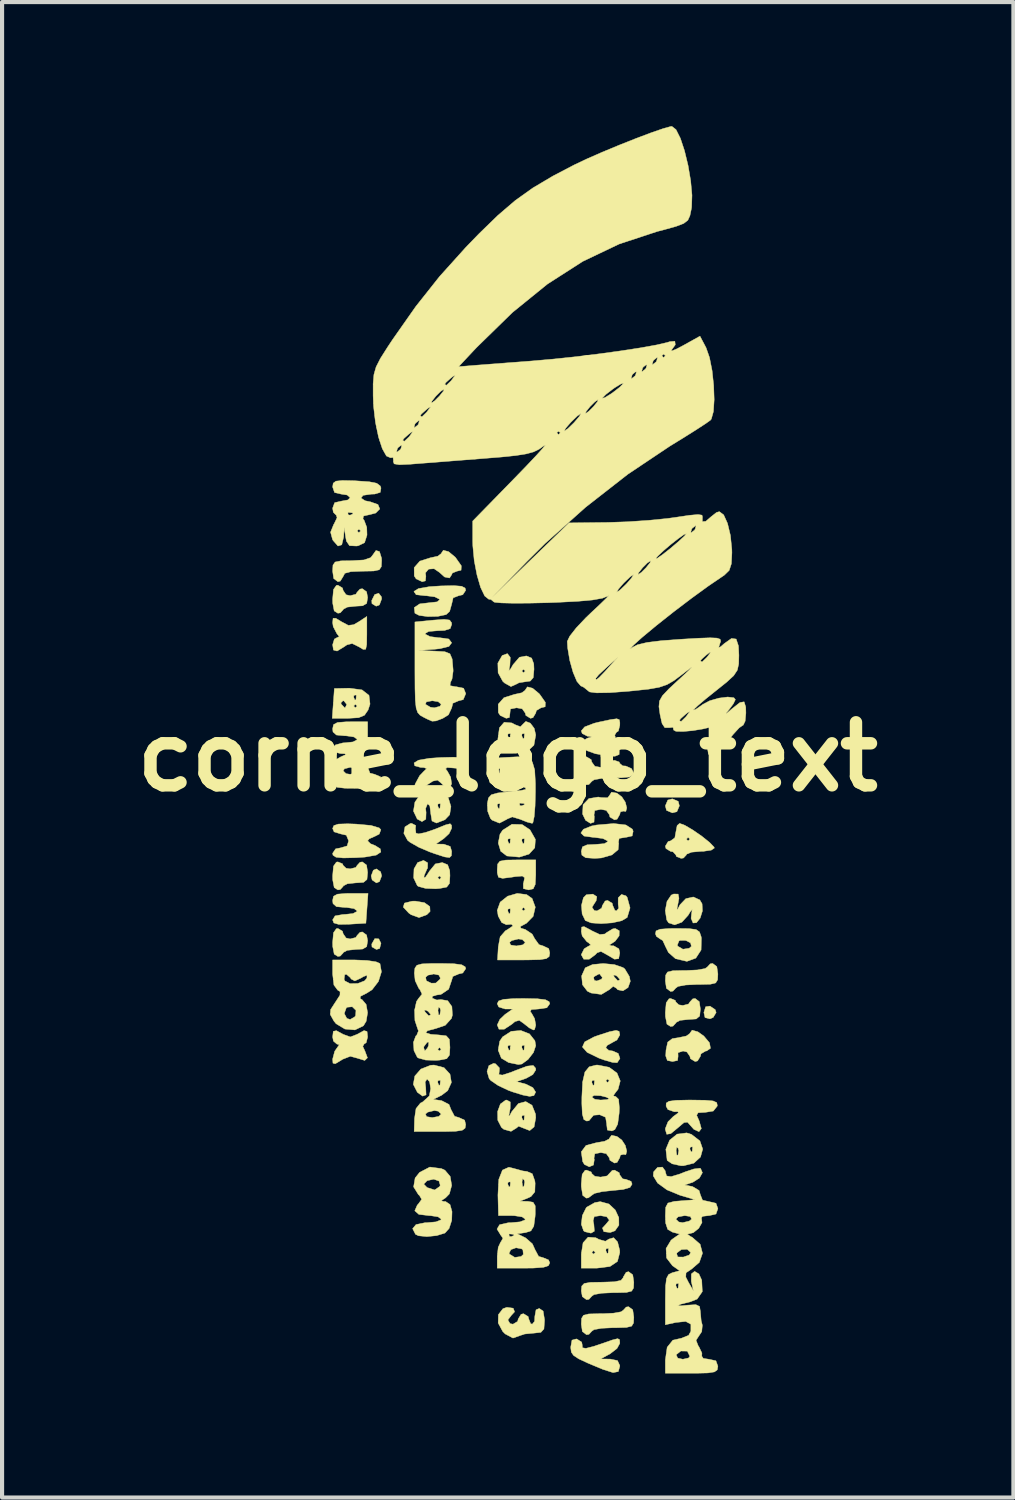
<source format=kicad_pcb>
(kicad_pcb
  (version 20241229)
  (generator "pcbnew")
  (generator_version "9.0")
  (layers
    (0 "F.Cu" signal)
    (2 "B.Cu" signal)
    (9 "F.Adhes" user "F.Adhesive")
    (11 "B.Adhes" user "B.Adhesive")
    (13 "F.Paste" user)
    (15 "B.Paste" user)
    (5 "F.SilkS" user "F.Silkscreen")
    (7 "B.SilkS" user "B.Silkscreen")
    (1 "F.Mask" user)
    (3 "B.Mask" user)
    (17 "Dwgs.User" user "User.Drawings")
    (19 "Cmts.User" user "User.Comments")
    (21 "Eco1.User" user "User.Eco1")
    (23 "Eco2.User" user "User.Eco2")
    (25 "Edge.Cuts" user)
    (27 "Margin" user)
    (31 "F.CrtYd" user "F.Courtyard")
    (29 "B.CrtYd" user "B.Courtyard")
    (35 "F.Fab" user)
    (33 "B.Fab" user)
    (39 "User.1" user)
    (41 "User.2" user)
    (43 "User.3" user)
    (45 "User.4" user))
  (footprint "corne_logo_text"
    (layer "F.Cu")
    (at 9.224 15.245)
    (property "Reference" "corne_logo_text" (at 0 0 0) (layer "F.SilkS") (effects (font (size 1.524 1.524) (thickness 0.3))))
    (attr through_hole)
    (fp_poly (pts (xy -3.117 4.401) (xy -3.064 4.508) (xy -3.097 4.634) (xy -3.175 4.657) (xy -3.282 4.596) (xy -3.287 4.525) (xy -3.214 4.395) (xy -3.117 4.401)) (stroke (width 0.01) (type solid)) (fill yes) (layer "F.SilkS"))
    (fp_poly (pts (xy -3.072 2.78) (xy -3.048 2.879) (xy -3.101 3.017) (xy -3.175 3.048) (xy -3.278 2.977) (xy -3.302 2.879) (xy -3.249 2.741) (xy -3.175 2.709) (xy -3.072 2.78)) (stroke (width 0.01) (type solid)) (fill yes) (layer "F.SilkS"))
    (fp_poly (pts (xy -3.053 -3.868) (xy -3.048 -3.817) (xy -3.102 -3.672) (xy -3.181 -3.641) (xy -3.283 -3.704) (xy -3.287 -3.782) (xy -3.216 -3.923) (xy -3.119 -3.954) (xy -3.053 -3.868)) (stroke (width 0.01) (type solid)) (fill yes) (layer "F.SilkS"))
    (fp_poly (pts (xy 4.121 1.076) (xy 4.149 1.185) (xy 4.089 1.327) (xy 3.979 1.355) (xy 3.838 1.295) (xy 3.81 1.185) (xy 3.87 1.044) (xy 3.979 1.016) (xy 4.121 1.076)) (stroke (width 0.01) (type solid)) (fill yes) (layer "F.SilkS"))
    (fp_poly (pts (xy 5.015 6.111) (xy 5.038 6.181) (xy 4.967 6.3) (xy 4.889 6.334) (xy 4.769 6.304) (xy 4.741 6.181) (xy 4.784 6.042) (xy 4.889 6.027) (xy 5.015 6.111)) (stroke (width 0.01) (type solid)) (fill yes) (layer "F.SilkS"))
    (fp_poly (pts (xy -2.013 3.526) (xy -1.884 3.62) (xy -1.877 3.738) (xy -1.956 3.817) (xy -2.145 3.886) (xy -2.334 3.818) (xy -2.392 3.777) (xy -2.525 3.634) (xy -2.497 3.536) (xy -2.312 3.49) (xy -2.238 3.488) (xy -2.013 3.526)) (stroke (width 0.01) (type solid)) (fill yes) (layer "F.SilkS"))
    (fp_poly (pts (xy 0.677 2.854) (xy 0.665 3.085) (xy 0.616 3.191) (xy 0.507 3.217) (xy 0.502 3.217) (xy 0.378 3.186) (xy 0.376 3.064) (xy 0.385 3.036) (xy 0.408 2.923) (xy 0.355 2.882) (xy 0.187 2.895) (xy 0.094 2.91) (xy -0.125 2.938) (xy -0.225 2.911) (xy -0.253 2.806) (xy -0.254 2.728) (xy -0.245 2.593) (xy -0.189 2.523) (xy -0.046 2.496) (xy 0.212 2.492) (xy 0.677 2.492) (xy 0.677 2.854)) (stroke (width 0.01) (type solid)) (fill yes) (layer "F.SilkS"))
    (fp_poly (pts (xy 2.692 6.636) (xy 2.709 6.716) (xy 2.709 6.725) (xy 2.639 6.846) (xy 2.54 6.9) (xy 2.403 6.976) (xy 2.371 7.033) (xy 2.442 7.097) (xy 2.54 7.112) (xy 2.671 7.17) (xy 2.713 7.292) (xy 2.646 7.394) (xy 2.536 7.388) (xy 2.329 7.329) (xy 2.201 7.282) (xy 1.919 7.144) (xy 1.805 7.015) (xy 1.86 6.892) (xy 2.083 6.772) (xy 2.17 6.74) (xy 2.456 6.647) (xy 2.619 6.613) (xy 2.692 6.636)) (stroke (width 0.01) (type solid)) (fill yes) (layer "F.SilkS"))
    (fp_poly (pts (xy -3.403 3.662) (xy -3.429 4.022) (xy -3.831 4.047) (xy -4.083 4.052) (xy -4.204 4.016) (xy -4.233 3.942) (xy -4.175 3.846) (xy -3.983 3.811) (xy -3.937 3.81) (xy -3.741 3.789) (xy -3.643 3.736) (xy -3.641 3.725) (xy -3.715 3.669) (xy -3.898 3.641) (xy -3.937 3.641) (xy -4.141 3.622) (xy -4.224 3.548) (xy -4.233 3.471) (xy -4.211 3.37) (xy -4.118 3.32) (xy -3.911 3.303) (xy -3.805 3.302) (xy -3.377 3.302) (xy -3.403 3.662)) (stroke (width 0.01) (type solid)) (fill yes) (layer "F.SilkS"))
    (fp_poly (pts (xy -3.1 -4.961) (xy -3.051 -4.804) (xy -3.048 -4.741) (xy -3.056 -4.596) (xy -3.107 -4.521) (xy -3.243 -4.492) (xy -3.507 -4.487) (xy -3.514 -4.487) (xy -3.794 -4.476) (xy -3.939 -4.436) (xy -3.979 -4.36) (xy -4.047 -4.248) (xy -4.106 -4.233) (xy -4.207 -4.309) (xy -4.233 -4.487) (xy -4.225 -4.634) (xy -4.173 -4.709) (xy -4.034 -4.737) (xy -3.777 -4.741) (xy -3.475 -4.759) (xy -3.313 -4.815) (xy -3.271 -4.868) (xy -3.185 -4.988) (xy -3.1 -4.961)) (stroke (width 0.01) (type solid)) (fill yes) (layer "F.SilkS"))
    (fp_poly (pts (xy -3.994 -4.081) (xy -3.979 -4.022) (xy -3.909 -3.918) (xy -3.81 -3.895) (xy -3.672 -3.93) (xy -3.641 -3.979) (xy -3.572 -4.054) (xy -3.514 -4.064) (xy -3.412 -3.99) (xy -3.387 -3.852) (xy -3.409 -3.709) (xy -3.508 -3.651) (xy -3.683 -3.641) (xy -3.879 -3.619) (xy -3.977 -3.567) (xy -3.979 -3.556) (xy -4.048 -3.481) (xy -4.106 -3.471) (xy -4.195 -3.527) (xy -4.231 -3.713) (xy -4.233 -3.81) (xy -4.212 -4.045) (xy -4.143 -4.143) (xy -4.106 -4.149) (xy -3.994 -4.081)) (stroke (width 0.01) (type solid)) (fill yes) (layer "F.SilkS"))
    (fp_poly (pts (xy -3.994 4.216) (xy -3.979 4.276) (xy -3.909 4.379) (xy -3.81 4.403) (xy -3.672 4.367) (xy -3.641 4.318) (xy -3.572 4.243) (xy -3.514 4.233) (xy -3.412 4.307) (xy -3.387 4.445) (xy -3.409 4.588) (xy -3.508 4.647) (xy -3.683 4.657) (xy -3.879 4.678) (xy -3.977 4.73) (xy -3.979 4.741) (xy -4.048 4.816) (xy -4.106 4.826) (xy -4.195 4.77) (xy -4.231 4.585) (xy -4.233 4.487) (xy -4.212 4.252) (xy -4.143 4.155) (xy -4.106 4.149) (xy -3.994 4.216)) (stroke (width 0.01) (type solid)) (fill yes) (layer "F.SilkS"))
    (fp_poly (pts (xy -3.413 2.616) (xy -3.387 2.794) (xy -3.403 2.965) (xy -3.487 3.035) (xy -3.683 3.048) (xy -3.879 3.069) (xy -3.977 3.122) (xy -3.979 3.133) (xy -4.048 3.208) (xy -4.106 3.217) (xy -4.195 3.161) (xy -4.231 2.976) (xy -4.233 2.879) (xy -4.212 2.643) (xy -4.143 2.546) (xy -4.106 2.54) (xy -3.994 2.586) (xy -3.979 2.625) (xy -3.908 2.693) (xy -3.81 2.709) (xy -3.672 2.674) (xy -3.641 2.625) (xy -3.572 2.55) (xy -3.514 2.54) (xy -3.413 2.616)) (stroke (width 0.01) (type solid)) (fill yes) (layer "F.SilkS"))
    (fp_poly (pts (xy -3.406 -2.963) (xy -3.41 -2.713) (xy -3.433 -2.601) (xy -3.495 -2.597) (xy -3.598 -2.659) (xy -3.76 -2.739) (xy -3.888 -2.707) (xy -3.948 -2.665) (xy -4.125 -2.557) (xy -4.213 -2.581) (xy -4.233 -2.709) (xy -4.191 -2.847) (xy -4.132 -2.879) (xy -4.073 -2.904) (xy -4.132 -2.98) (xy -4.219 -3.148) (xy -4.233 -3.244) (xy -4.222 -3.35) (xy -4.156 -3.349) (xy -4.022 -3.267) (xy -3.854 -3.178) (xy -3.723 -3.194) (xy -3.608 -3.261) (xy -3.406 -3.393) (xy -3.406 -2.963)) (stroke (width 0.01) (type solid)) (fill yes) (layer "F.SilkS"))
    (fp_poly (pts (xy 3.022 13.368) (xy 3.048 13.547) (xy 3.041 13.687) (xy 2.995 13.763) (xy 2.868 13.794) (xy 2.622 13.801) (xy 2.54 13.801) (xy 2.269 13.814) (xy 2.086 13.847) (xy 2.032 13.885) (xy 1.963 13.96) (xy 1.905 13.97) (xy 1.804 13.894) (xy 1.778 13.716) (xy 1.785 13.575) (xy 1.831 13.5) (xy 1.958 13.468) (xy 2.204 13.462) (xy 2.286 13.462) (xy 2.557 13.449) (xy 2.74 13.416) (xy 2.794 13.377) (xy 2.863 13.302) (xy 2.921 13.293) (xy 3.022 13.368)) (stroke (width 0.01) (type solid)) (fill yes) (layer "F.SilkS"))
    (fp_poly (pts (xy 4.63 5.918) (xy 4.657 6.096) (xy 4.64 6.267) (xy 4.556 6.337) (xy 4.36 6.35) (xy 4.164 6.371) (xy 4.067 6.424) (xy 4.064 6.435) (xy 3.995 6.51) (xy 3.937 6.519) (xy 3.849 6.463) (xy 3.812 6.278) (xy 3.81 6.181) (xy 3.831 5.945) (xy 3.9 5.848) (xy 3.937 5.842) (xy 4.05 5.888) (xy 4.064 5.927) (xy 4.135 5.995) (xy 4.233 6.011) (xy 4.371 5.976) (xy 4.403 5.927) (xy 4.471 5.852) (xy 4.53 5.842) (xy 4.63 5.918)) (stroke (width 0.01) (type solid)) (fill yes) (layer "F.SilkS"))
    (fp_poly (pts (xy 5.054 5.071) (xy 5.08 5.249) (xy 5.073 5.39) (xy 5.027 5.466) (xy 4.9 5.497) (xy 4.654 5.503) (xy 4.572 5.503) (xy 4.301 5.516) (xy 4.118 5.55) (xy 4.064 5.588) (xy 3.995 5.663) (xy 3.937 5.673) (xy 3.836 5.597) (xy 3.81 5.419) (xy 3.817 5.278) (xy 3.863 5.202) (xy 3.99 5.171) (xy 4.236 5.165) (xy 4.318 5.165) (xy 4.589 5.152) (xy 4.772 5.118) (xy 4.826 5.08) (xy 4.895 5.005) (xy 4.953 4.995) (xy 5.054 5.071)) (stroke (width 0.01) (type solid)) (fill yes) (layer "F.SilkS"))
    (fp_poly (pts (xy 2.445 10.81) (xy 2.599 10.954) (xy 2.685 11.139) (xy 2.687 11.322) (xy 2.592 11.458) (xy 2.477 11.499) (xy 2.323 11.479) (xy 2.289 11.391) (xy 2.371 11.303) (xy 2.455 11.2) (xy 2.392 11.118) (xy 2.242 11.091) (xy 2.091 11.114) (xy 2.064 11.216) (xy 2.082 11.303) (xy 2.094 11.468) (xy 2.013 11.515) (xy 1.865 11.48) (xy 1.834 11.458) (xy 1.779 11.302) (xy 1.803 11.088) (xy 1.896 10.902) (xy 1.911 10.886) (xy 2.103 10.777) (xy 2.237 10.753) (xy 2.445 10.81)) (stroke (width 0.01) (type solid)) (fill yes) (layer "F.SilkS"))
    (fp_poly (pts (xy 3.022 12.522) (xy 3.048 12.7) (xy 3.041 12.841) (xy 2.995 12.916) (xy 2.868 12.948) (xy 2.622 12.954) (xy 2.54 12.954) (xy 2.269 12.967) (xy 2.086 13) (xy 2.032 13.039) (xy 1.963 13.114) (xy 1.905 13.123) (xy 1.803 13.05) (xy 1.778 12.912) (xy 1.789 12.794) (xy 1.848 12.731) (xy 1.994 12.705) (xy 2.268 12.7) (xy 2.286 12.7) (xy 2.581 12.69) (xy 2.739 12.656) (xy 2.793 12.588) (xy 2.794 12.573) (xy 2.862 12.461) (xy 2.921 12.446) (xy 3.022 12.522)) (stroke (width 0.01) (type solid)) (fill yes) (layer "F.SilkS"))
    (fp_poly (pts (xy 2.697 -0.898) (xy 2.71 -0.826) (xy 2.709 -0.762) (xy 2.675 -0.624) (xy 2.627 -0.593) (xy 2.587 -0.525) (xy 2.627 -0.375) (xy 2.696 -0.171) (xy 2.693 -0.055) (xy 2.592 -0.014) (xy 2.369 -0.032) (xy 2.118 -0.075) (xy 1.91 -0.15) (xy 1.798 -0.264) (xy 1.802 -0.377) (xy 1.921 -0.449) (xy 2.026 -0.481) (xy 1.967 -0.495) (xy 1.926 -0.498) (xy 1.8 -0.563) (xy 1.778 -0.628) (xy 1.859 -0.723) (xy 2.088 -0.811) (xy 2.206 -0.84) (xy 2.484 -0.899) (xy 2.635 -0.92) (xy 2.697 -0.898)) (stroke (width 0.01) (type solid)) (fill yes) (layer "F.SilkS"))
    (fp_poly (pts (xy -3.401 6.64) (xy -3.387 6.773) (xy -3.422 6.911) (xy -3.472 6.943) (xy -3.504 7) (xy -3.454 7.108) (xy -3.391 7.276) (xy -3.457 7.34) (xy -3.633 7.286) (xy -3.805 7.239) (xy -3.99 7.311) (xy -4.021 7.331) (xy -4.17 7.42) (xy -4.225 7.406) (xy -4.233 7.308) (xy -4.183 7.118) (xy -4.132 7.044) (xy -4.073 6.96) (xy -4.132 6.943) (xy -4.214 6.872) (xy -4.233 6.773) (xy -4.217 6.636) (xy -4.141 6.62) (xy -3.978 6.709) (xy -3.805 6.772) (xy -3.642 6.709) (xy -3.474 6.618) (xy -3.401 6.64)) (stroke (width 0.01) (type solid)) (fill yes) (layer "F.SilkS"))
    (fp_poly (pts (xy -1.431 -4.96) (xy -1.274 -4.83) (xy -1.259 -4.813) (xy -1.122 -4.618) (xy -1.128 -4.511) (xy -1.228 -4.487) (xy -1.34 -4.442) (xy -1.355 -4.403) (xy -1.407 -4.323) (xy -1.527 -4.347) (xy -1.651 -4.459) (xy -1.78 -4.547) (xy -1.914 -4.537) (xy -1.989 -4.447) (xy -1.979 -4.364) (xy -1.99 -4.253) (xy -2.068 -4.233) (xy -2.214 -4.302) (xy -2.26 -4.372) (xy -2.262 -4.574) (xy -2.124 -4.731) (xy -1.875 -4.81) (xy -1.875 -4.81) (xy -1.691 -4.85) (xy -1.609 -4.912) (xy -1.609 -4.916) (xy -1.557 -4.993) (xy -1.431 -4.96)) (stroke (width 0.01) (type solid)) (fill yes) (layer "F.SilkS"))
    (fp_poly (pts (xy 4.12 3.319) (xy 4.139 3.419) (xy 4.12 3.526) (xy 4.09 3.683) (xy 4.107 3.685) (xy 4.164 3.577) (xy 4.305 3.429) (xy 4.486 3.388) (xy 4.642 3.459) (xy 4.698 3.553) (xy 4.706 3.726) (xy 4.652 3.898) (xy 4.562 4.011) (xy 4.48 4.017) (xy 4.432 3.905) (xy 4.445 3.782) (xy 4.46 3.689) (xy 4.414 3.742) (xy 4.361 3.831) (xy 4.21 3.997) (xy 4.035 4.062) (xy 3.889 4.014) (xy 3.843 3.944) (xy 3.808 3.717) (xy 3.85 3.495) (xy 3.952 3.343) (xy 4.012 3.316) (xy 4.12 3.319)) (stroke (width 0.01) (type solid)) (fill yes) (layer "F.SilkS"))
    (fp_poly (pts (xy -0.295 7.421) (xy -0.201 7.52) (xy -0.204 7.589) (xy -0.214 7.68) (xy -0.13 7.694) (xy 0.072 7.629) (xy 0.199 7.578) (xy 0.467 7.478) (xy 0.616 7.461) (xy 0.674 7.527) (xy 0.677 7.571) (xy 0.606 7.682) (xy 0.445 7.772) (xy 0.212 7.853) (xy 0.445 7.915) (xy 0.608 7.998) (xy 0.675 8.105) (xy 0.633 8.189) (xy 0.529 8.208) (xy 0.363 8.176) (xy 0.118 8.1) (xy 0.009 8.06) (xy -0.233 7.945) (xy -0.41 7.824) (xy -0.449 7.78) (xy -0.5 7.606) (xy -0.455 7.464) (xy -0.341 7.41) (xy -0.295 7.421)) (stroke (width 0.01) (type solid)) (fill yes) (layer "F.SilkS"))
    (fp_poly (pts (xy 0.601 -1.658) (xy 0.758 -1.528) (xy 0.773 -1.511) (xy 0.91 -1.316) (xy 0.904 -1.209) (xy 0.804 -1.185) (xy 0.692 -1.118) (xy 0.677 -1.058) (xy 0.61 -0.946) (xy 0.55 -0.931) (xy 0.438 -0.999) (xy 0.423 -1.058) (xy 0.35 -1.161) (xy 0.214 -1.185) (xy 0.064 -1.156) (xy 0.054 -1.058) (xy 0.04 -0.95) (xy -0.036 -0.931) (xy -0.182 -1) (xy -0.228 -1.07) (xy -0.23 -1.272) (xy -0.092 -1.429) (xy 0.157 -1.508) (xy 0.157 -1.508) (xy 0.341 -1.548) (xy 0.423 -1.61) (xy 0.423 -1.614) (xy 0.475 -1.691) (xy 0.601 -1.658)) (stroke (width 0.01) (type solid)) (fill yes) (layer "F.SilkS"))
    (fp_poly (pts (xy 2.639 0.878) (xy 2.758 0.968) (xy 2.843 1.098) (xy 2.877 1.235) (xy 2.855 1.32) (xy 2.794 1.312) (xy 2.722 1.332) (xy 2.709 1.392) (xy 2.644 1.507) (xy 2.582 1.524) (xy 2.47 1.456) (xy 2.455 1.397) (xy 2.382 1.295) (xy 2.252 1.27) (xy 2.104 1.298) (xy 2.085 1.408) (xy 2.092 1.439) (xy 2.086 1.578) (xy 2.001 1.609) (xy 1.882 1.535) (xy 1.809 1.384) (xy 1.821 1.158) (xy 1.96 1.01) (xy 2.187 0.972) (xy 2.257 0.985) (xy 2.414 0.991) (xy 2.455 0.941) (xy 2.509 0.854) (xy 2.639 0.878)) (stroke (width 0.01) (type solid)) (fill yes) (layer "F.SilkS"))
    (fp_poly (pts (xy 2.64 9.177) (xy 2.758 9.265) (xy 2.843 9.396) (xy 2.877 9.532) (xy 2.855 9.617) (xy 2.794 9.61) (xy 2.722 9.629) (xy 2.709 9.689) (xy 2.644 9.805) (xy 2.582 9.821) (xy 2.47 9.754) (xy 2.455 9.694) (xy 2.382 9.592) (xy 2.252 9.567) (xy 2.104 9.596) (xy 2.085 9.705) (xy 2.092 9.737) (xy 2.073 9.868) (xy 1.97 9.911) (xy 1.854 9.855) (xy 1.811 9.784) (xy 1.778 9.548) (xy 1.892 9.395) (xy 2.139 9.329) (xy 2.342 9.294) (xy 2.45 9.238) (xy 2.455 9.224) (xy 2.511 9.149) (xy 2.64 9.177)) (stroke (width 0.01) (type solid)) (fill yes) (layer "F.SilkS"))
    (fp_poly (pts (xy 2.695 10.054) (xy 2.709 10.108) (xy 2.778 10.202) (xy 2.857 10.214) (xy 2.982 10.263) (xy 3.006 10.329) (xy 2.956 10.41) (xy 2.789 10.459) (xy 2.54 10.483) (xy 2.279 10.511) (xy 2.097 10.554) (xy 2.046 10.589) (xy 1.949 10.661) (xy 1.898 10.668) (xy 1.812 10.602) (xy 1.779 10.393) (xy 1.778 10.329) (xy 1.799 10.094) (xy 1.868 9.997) (xy 1.905 9.991) (xy 2.018 10.036) (xy 2.032 10.075) (xy 2.104 10.139) (xy 2.244 10.16) (xy 2.403 10.131) (xy 2.455 10.075) (xy 2.524 10) (xy 2.582 9.991) (xy 2.695 10.054)) (stroke (width 0.01) (type solid)) (fill yes) (layer "F.SilkS"))
    (fp_poly (pts (xy 4.597 6.648) (xy 4.74 6.75) (xy 4.877 6.913) (xy 4.901 7.047) (xy 4.807 7.111) (xy 4.784 7.112) (xy 4.671 7.18) (xy 4.657 7.239) (xy 4.589 7.351) (xy 4.53 7.366) (xy 4.417 7.298) (xy 4.403 7.239) (xy 4.332 7.136) (xy 4.236 7.112) (xy 4.115 7.153) (xy 4.118 7.239) (xy 4.105 7.341) (xy 3.983 7.366) (xy 3.858 7.34) (xy 3.819 7.231) (xy 3.826 7.091) (xy 3.867 6.897) (xy 3.977 6.813) (xy 4.128 6.789) (xy 4.315 6.75) (xy 4.402 6.689) (xy 4.403 6.683) (xy 4.457 6.608) (xy 4.597 6.648)) (stroke (width 0.01) (type solid)) (fill yes) (layer "F.SilkS"))
    (fp_poly (pts (xy -2.224 1.66) (xy -2.232 1.736) (xy -2.219 1.845) (xy -2.154 1.863) (xy -1.996 1.831) (xy -1.769 1.754) (xy -1.723 1.736) (xy -1.5 1.645) (xy -1.392 1.618) (xy -1.358 1.654) (xy -1.355 1.725) (xy -1.418 1.857) (xy -1.545 1.975) (xy -1.736 2.108) (xy -1.545 2.112) (xy -1.39 2.167) (xy -1.355 2.286) (xy -1.362 2.391) (xy -1.407 2.435) (xy -1.525 2.42) (xy -1.753 2.346) (xy -1.881 2.301) (xy -2.147 2.188) (xy -2.36 2.067) (xy -2.422 2.017) (xy -2.512 1.849) (xy -2.484 1.693) (xy -2.354 1.611) (xy -2.322 1.609) (xy -2.224 1.66)) (stroke (width 0.01) (type solid)) (fill yes) (layer "F.SilkS"))
    (fp_poly (pts (xy -1.115 -4.123) (xy -1.031 -4.08) (xy -1.016 -4.025) (xy -1.087 -3.918) (xy -1.185 -3.895) (xy -1.32 -3.843) (xy -1.355 -3.692) (xy -1.405 -3.515) (xy -1.489 -3.438) (xy -1.692 -3.395) (xy -1.933 -3.39) (xy -2.141 -3.418) (xy -2.244 -3.471) (xy -2.26 -3.608) (xy -2.129 -3.697) (xy -1.895 -3.725) (xy -1.705 -3.746) (xy -1.646 -3.799) (xy -1.651 -3.81) (xy -1.763 -3.867) (xy -1.969 -3.894) (xy -2.002 -3.895) (xy -2.214 -3.919) (xy -2.267 -3.994) (xy -2.265 -4) (xy -2.158 -4.067) (xy -1.895 -4.113) (xy -1.623 -4.131) (xy -1.301 -4.138) (xy -1.115 -4.123)) (stroke (width 0.01) (type solid)) (fill yes) (layer "F.SilkS"))
    (fp_poly (pts (xy 2.017 0.068) (xy 2.032 0.127) (xy 2.106 0.229) (xy 2.244 0.254) (xy 2.403 0.225) (xy 2.455 0.169) (xy 2.524 0.094) (xy 2.582 0.085) (xy 2.695 0.125) (xy 2.709 0.16) (xy 2.778 0.218) (xy 2.854 0.223) (xy 2.991 0.283) (xy 3.03 0.36) (xy 3.025 0.442) (xy 2.945 0.487) (xy 2.754 0.505) (xy 2.546 0.508) (xy 2.273 0.521) (xy 2.088 0.554) (xy 2.032 0.593) (xy 1.963 0.668) (xy 1.905 0.677) (xy 1.817 0.621) (xy 1.78 0.436) (xy 1.778 0.339) (xy 1.799 0.103) (xy 1.868 0.006) (xy 1.905 0) (xy 2.017 0.068)) (stroke (width 0.01) (type solid)) (fill yes) (layer "F.SilkS"))
    (fp_poly (pts (xy -3.669 1.626) (xy -3.306 1.659) (xy -3.106 1.719) (xy -3.067 1.762) (xy -3.106 1.868) (xy -3.208 1.92) (xy -3.35 1.983) (xy -3.387 2.032) (xy -3.316 2.102) (xy -3.208 2.144) (xy -3.082 2.223) (xy -3.067 2.302) (xy -3.179 2.376) (xy -3.455 2.424) (xy -3.669 2.438) (xy -3.977 2.445) (xy -4.151 2.427) (xy -4.224 2.379) (xy -4.233 2.332) (xy -4.161 2.225) (xy -4.04 2.201) (xy -3.883 2.154) (xy -3.846 2.032) (xy -3.901 1.895) (xy -4.04 1.863) (xy -4.198 1.814) (xy -4.233 1.732) (xy -4.204 1.662) (xy -4.095 1.626) (xy -3.87 1.619) (xy -3.669 1.626)) (stroke (width 0.01) (type solid)) (fill yes) (layer "F.SilkS"))
    (fp_poly (pts (xy -1.936 2.562) (xy -1.938 2.689) (xy -1.951 2.712) (xy -2.019 2.866) (xy -2.027 2.921) (xy -1.693 2.921) (xy -1.651 2.963) (xy -1.609 2.921) (xy -1.651 2.879) (xy -1.693 2.921) (xy -2.027 2.921) (xy -1.992 2.916) (xy -1.91 2.793) (xy -1.896 2.768) (xy -1.75 2.589) (xy -1.582 2.556) (xy -1.453 2.609) (xy -1.402 2.751) (xy -1.397 2.874) (xy -1.408 3.061) (xy -1.475 3.149) (xy -1.644 3.182) (xy -1.742 3.19) (xy -1.985 3.181) (xy -2.16 3.133) (xy -2.187 3.113) (xy -2.274 2.929) (xy -2.266 2.709) (xy -2.177 2.555) (xy -2.035 2.504) (xy -1.936 2.562)) (stroke (width 0.01) (type solid)) (fill yes) (layer "F.SilkS"))
    (fp_poly (pts (xy 0.347 1.637) (xy 0.537 1.764) (xy 0.668 1.994) (xy 0.654 2.199) (xy 0.516 2.351) (xy 0.28 2.425) (xy -0.021 2.397) (xy -0.17 2.283) (xy -0.229 2.086) (xy -0.219 2.032) (xy 0 2.032) (xy 0.031 2.102) (xy 0.056 2.088) (xy 0.062 2.032) (xy 0.339 2.032) (xy 0.37 2.102) (xy 0.395 2.088) (xy 0.405 1.988) (xy 0.395 1.976) (xy 0.345 1.987) (xy 0.339 2.032) (xy 0.062 2.032) (xy 0.067 1.988) (xy 0.056 1.976) (xy 0.006 1.987) (xy 0 2.032) (xy -0.219 2.032) (xy -0.187 1.87) (xy -0.124 1.775) (xy 0.101 1.631) (xy 0.347 1.637)) (stroke (width 0.01) (type solid)) (fill yes) (layer "F.SilkS"))
    (fp_poly (pts (xy -1.575 0.829) (xy -1.436 0.994) (xy -1.373 1.203) (xy -1.404 1.401) (xy -1.518 1.521) (xy -1.724 1.601) (xy -1.831 1.551) (xy -1.863 1.36) (xy -1.863 1.35) (xy -1.884 1.185) (xy -1.693 1.185) (xy -1.662 1.255) (xy -1.637 1.242) (xy -1.627 1.141) (xy -1.637 1.129) (xy -1.687 1.141) (xy -1.693 1.185) (xy -1.884 1.185) (xy -1.884 1.185) (xy -1.935 1.136) (xy -1.939 1.138) (xy -1.985 1.248) (xy -1.974 1.345) (xy -1.98 1.508) (xy -2.073 1.566) (xy -2.188 1.504) (xy -2.279 1.312) (xy -2.244 1.096) (xy -2.11 0.903) (xy -1.903 0.781) (xy -1.772 0.762) (xy -1.575 0.829)) (stroke (width 0.01) (type solid)) (fill yes) (layer "F.SilkS"))
    (fp_poly (pts (xy 0.061 -2.405) (xy 0.052 -2.21) (xy 0.045 -2.179) (xy 0.026 -2.08) (xy 0.068 -2.123) (xy 0.129 -2.228) (xy 0.283 -2.407) (xy 0.45 -2.439) (xy 0.578 -2.387) (xy 0.629 -2.248) (xy 0.635 -2.117) (xy 0.617 -1.914) (xy 0.544 -1.831) (xy 0.449 -1.818) (xy 0.273 -1.791) (xy 0.202 -1.754) (xy 0.077 -1.698) (xy -0.076 -1.784) (xy -0.121 -1.826) (xy -0.233 -2.032) (xy -0.234 -2.074) (xy 0.339 -2.074) (xy 0.381 -2.032) (xy 0.423 -2.074) (xy 0.381 -2.117) (xy 0.339 -2.074) (xy -0.234 -2.074) (xy -0.239 -2.265) (xy -0.135 -2.448) (xy -0.135 -2.449) (xy -0.008 -2.495) (xy 0.061 -2.405)) (stroke (width 0.01) (type solid)) (fill yes) (layer "F.SilkS"))
    (fp_poly (pts (xy 0.716 5.849) (xy 0.913 5.873) (xy 1.001 5.92) (xy 1.016 5.969) (xy 0.945 6.067) (xy 0.745 6.096) (xy 0.571 6.109) (xy 0.543 6.157) (xy 0.576 6.198) (xy 0.65 6.33) (xy 0.677 6.487) (xy 0.649 6.593) (xy 0.621 6.604) (xy 0.521 6.553) (xy 0.409 6.464) (xy 0.28 6.37) (xy 0.175 6.4) (xy 0.099 6.464) (xy -0.083 6.584) (xy -0.212 6.584) (xy -0.254 6.482) (xy -0.19 6.346) (xy -0.066 6.228) (xy 0.122 6.096) (xy -0.066 6.096) (xy -0.218 6.047) (xy -0.254 5.969) (xy -0.221 5.902) (xy -0.101 5.863) (xy 0.137 5.845) (xy 0.381 5.842) (xy 0.716 5.849)) (stroke (width 0.01) (type solid)) (fill yes) (layer "F.SilkS"))
    (fp_poly (pts (xy 2.127 11.625) (xy 2.202 11.665) (xy 2.359 11.711) (xy 2.448 11.657) (xy 2.56 11.625) (xy 2.655 11.727) (xy 2.706 11.928) (xy 2.708 11.985) (xy 2.652 12.199) (xy 2.471 12.321) (xy 2.151 12.361) (xy 2.142 12.361) (xy 1.778 12.361) (xy 1.778 12.02) (xy 1.784 11.98) (xy 2.032 11.98) (xy 2.074 12.023) (xy 2.117 11.98) (xy 2.074 11.938) (xy 2.371 11.938) (xy 2.402 12.008) (xy 2.427 11.994) (xy 2.437 11.894) (xy 2.427 11.882) (xy 2.377 11.893) (xy 2.371 11.938) (xy 2.074 11.938) (xy 2.032 11.98) (xy 1.784 11.98) (xy 1.821 11.747) (xy 1.942 11.612) (xy 2.127 11.625)) (stroke (width 0.01) (type solid)) (fill yes) (layer "F.SilkS"))
    (fp_poly (pts (xy 2.855 1.647) (xy 3.013 1.749) (xy 3.032 1.799) (xy 3.008 1.913) (xy 2.854 1.947) (xy 2.845 1.947) (xy 2.693 1.972) (xy 2.676 2.065) (xy 2.683 2.087) (xy 2.669 2.245) (xy 2.518 2.372) (xy 2.262 2.445) (xy 2.1 2.455) (xy 1.885 2.44) (xy 1.793 2.377) (xy 1.778 2.286) (xy 1.806 2.176) (xy 1.919 2.127) (xy 2.122 2.117) (xy 2.336 2.099) (xy 2.418 2.051) (xy 2.413 2.032) (xy 2.3 1.975) (xy 2.095 1.948) (xy 2.069 1.947) (xy 1.845 1.916) (xy 1.768 1.842) (xy 1.83 1.751) (xy 2.027 1.672) (xy 2.143 1.649) (xy 2.561 1.613) (xy 2.855 1.647)) (stroke (width 0.01) (type solid)) (fill yes) (layer "F.SilkS"))
    (fp_poly (pts (xy 2.154 3.381) (xy 2.136 3.484) (xy 2.124 3.498) (xy 2.037 3.637) (xy 2.093 3.717) (xy 2.159 3.725) (xy 2.271 3.658) (xy 2.286 3.598) (xy 2.354 3.486) (xy 2.413 3.471) (xy 2.525 3.539) (xy 2.54 3.598) (xy 2.589 3.711) (xy 2.63 3.725) (xy 2.683 3.66) (xy 2.669 3.563) (xy 2.67 3.408) (xy 2.75 3.327) (xy 2.857 3.36) (xy 2.887 3.397) (xy 2.957 3.652) (xy 2.888 3.883) (xy 2.758 3.961) (xy 2.526 4.013) (xy 2.257 4.032) (xy 2.018 4.015) (xy 1.876 3.959) (xy 1.798 3.798) (xy 1.783 3.588) (xy 1.829 3.407) (xy 1.901 3.334) (xy 2.059 3.319) (xy 2.154 3.381)) (stroke (width 0.01) (type solid)) (fill yes) (layer "F.SilkS"))
    (fp_poly (pts (xy 2.703 14.088) (xy 2.709 14.165) (xy 2.709 14.179) (xy 2.641 14.303) (xy 2.478 14.429) (xy 2.477 14.43) (xy 2.244 14.556) (xy 2.477 14.559) (xy 2.653 14.595) (xy 2.709 14.715) (xy 2.709 14.732) (xy 2.673 14.861) (xy 2.546 14.886) (xy 2.306 14.81) (xy 2.286 14.802) (xy 1.936 14.656) (xy 1.714 14.552) (xy 1.591 14.471) (xy 1.537 14.392) (xy 1.524 14.294) (xy 1.524 14.261) (xy 1.553 14.101) (xy 1.658 14.072) (xy 1.672 14.075) (xy 1.787 14.148) (xy 1.799 14.208) (xy 1.805 14.285) (xy 1.888 14.3) (xy 2.077 14.252) (xy 2.286 14.182) (xy 2.532 14.096) (xy 2.657 14.065) (xy 2.703 14.088)) (stroke (width 0.01) (type solid)) (fill yes) (layer "F.SilkS"))
    (fp_poly (pts (xy 4.386 4.153) (xy 4.554 4.176) (xy 4.636 4.234) (xy 4.674 4.344) (xy 4.681 4.381) (xy 4.674 4.67) (xy 4.547 4.866) (xy 4.331 4.945) (xy 4.058 4.881) (xy 4.054 4.879) (xy 3.885 4.73) (xy 3.814 4.587) (xy 3.798 4.552) (xy 4.099 4.552) (xy 4.11 4.578) (xy 4.235 4.651) (xy 4.387 4.628) (xy 4.44 4.581) (xy 4.419 4.498) (xy 4.305 4.439) (xy 4.17 4.437) (xy 4.14 4.451) (xy 4.099 4.552) (xy 3.798 4.552) (xy 3.747 4.441) (xy 3.683 4.402) (xy 3.595 4.342) (xy 3.571 4.28) (xy 3.585 4.208) (xy 3.685 4.167) (xy 3.903 4.151) (xy 4.09 4.149) (xy 4.386 4.153)) (stroke (width 0.01) (type solid)) (fill yes) (layer "F.SilkS"))
    (fp_poly (pts (xy 4.441 9.127) (xy 4.645 9.285) (xy 4.713 9.482) (xy 4.66 9.674) (xy 4.499 9.823) (xy 4.246 9.886) (xy 4.18 9.884) (xy 3.975 9.839) (xy 3.857 9.759) (xy 3.853 9.751) (xy 3.826 9.518) (xy 4.071 9.518) (xy 4.086 9.628) (xy 4.115 9.629) (xy 4.135 9.516) (xy 4.126 9.483) (xy 4.403 9.483) (xy 4.434 9.552) (xy 4.459 9.539) (xy 4.469 9.439) (xy 4.459 9.426) (xy 4.409 9.438) (xy 4.403 9.483) (xy 4.126 9.483) (xy 4.122 9.467) (xy 4.084 9.435) (xy 4.071 9.518) (xy 3.826 9.518) (xy 3.822 9.488) (xy 3.914 9.266) (xy 4.094 9.121) (xy 4.326 9.091) (xy 4.441 9.127)) (stroke (width 0.01) (type solid)) (fill yes) (layer "F.SilkS"))
    (fp_poly (pts (xy 0.062 8.344) (xy 0.059 8.504) (xy 0.054 8.53) (xy 0.025 8.682) (xy 0.044 8.679) (xy 0.098 8.577) (xy 0.258 8.382) (xy 0.435 8.334) (xy 0.587 8.423) (xy 0.672 8.636) (xy 0.677 8.726) (xy 0.637 8.947) (xy 0.531 9.035) (xy 0.385 8.978) (xy 0.262 8.929) (xy 0.214 8.971) (xy 0.08 9.054) (xy -0.093 9.006) (xy -0.152 8.958) (xy -0.241 8.785) (xy -0.242 8.721) (xy 0.339 8.721) (xy 0.37 8.79) (xy 0.395 8.777) (xy 0.405 8.677) (xy 0.395 8.664) (xy 0.345 8.676) (xy 0.339 8.721) (xy -0.242 8.721) (xy -0.245 8.575) (xy -0.178 8.393) (xy -0.051 8.3) (xy -0.024 8.297) (xy 0.062 8.344)) (stroke (width 0.01) (type solid)) (fill yes) (layer "F.SilkS"))
    (fp_poly (pts (xy 0.525 6.697) (xy 0.657 6.864) (xy 0.677 6.983) (xy 0.622 7.148) (xy 0.492 7.315) (xy 0.342 7.426) (xy 0.256 7.439) (xy 0.146 7.416) (xy 0.021 7.391) (xy -0.155 7.285) (xy -0.231 7.093) (xy -0.22 7.027) (xy 0 7.027) (xy 0.031 7.097) (xy 0.056 7.084) (xy 0.062 7.027) (xy 0.339 7.027) (xy 0.37 7.097) (xy 0.395 7.084) (xy 0.405 6.983) (xy 0.395 6.971) (xy 0.345 6.983) (xy 0.339 7.027) (xy 0.062 7.027) (xy 0.067 6.983) (xy 0.056 6.971) (xy 0.006 6.983) (xy 0 7.027) (xy -0.22 7.027) (xy -0.194 6.875) (xy -0.124 6.77) (xy 0.083 6.636) (xy 0.317 6.616) (xy 0.525 6.697)) (stroke (width 0.01) (type solid)) (fill yes) (layer "F.SilkS"))
    (fp_poly (pts (xy 4.28 1.655) (xy 4.475 1.77) (xy 4.691 1.919) (xy 4.877 2.068) (xy 4.985 2.18) (xy 4.995 2.205) (xy 4.92 2.256) (xy 4.733 2.284) (xy 4.657 2.286) (xy 4.445 2.305) (xy 4.327 2.352) (xy 4.318 2.371) (xy 4.249 2.446) (xy 4.191 2.455) (xy 4.078 2.41) (xy 4.064 2.371) (xy 3.995 2.296) (xy 3.937 2.286) (xy 3.825 2.218) (xy 3.81 2.159) (xy 3.878 2.047) (xy 3.937 2.032) (xy 3.996 1.99) (xy 4.318 1.99) (xy 4.36 2.032) (xy 4.403 1.99) (xy 4.36 1.947) (xy 4.318 1.99) (xy 3.996 1.99) (xy 4.039 1.958) (xy 4.064 1.82) (xy 4.095 1.661) (xy 4.155 1.609) (xy 4.28 1.655)) (stroke (width 0.01) (type solid)) (fill yes) (layer "F.SilkS"))
    (fp_poly (pts (xy 4.773 8.302) (xy 4.965 8.319) (xy 5.052 8.359) (xy 5.066 8.427) (xy 5.063 8.445) (xy 4.969 8.563) (xy 4.776 8.594) (xy 4.602 8.604) (xy 4.567 8.665) (xy 4.629 8.805) (xy 4.68 8.987) (xy 4.623 9.062) (xy 4.499 9.005) (xy 4.432 8.929) (xy 4.345 8.831) (xy 4.26 8.842) (xy 4.123 8.959) (xy 3.941 9.109) (xy 3.843 9.125) (xy 3.81 9.011) (xy 3.81 8.985) (xy 3.875 8.821) (xy 4 8.697) (xy 4.125 8.605) (xy 4.111 8.577) (xy 4.025 8.58) (xy 3.872 8.527) (xy 3.828 8.445) (xy 3.831 8.37) (xy 3.9 8.326) (xy 4.066 8.304) (xy 4.363 8.297) (xy 4.445 8.297) (xy 4.773 8.302)) (stroke (width 0.01) (type solid)) (fill yes) (layer "F.SilkS"))
    (fp_poly (pts (xy -1.124 0.021) (xy -1.039 0.06) (xy -1.016 0.136) (xy -1.016 0.151) (xy -1.046 0.257) (xy -1.168 0.284) (xy -1.291 0.272) (xy -1.467 0.258) (xy -1.502 0.292) (xy -1.46 0.346) (xy -1.38 0.491) (xy -1.357 0.65) (xy -1.398 0.753) (xy -1.429 0.762) (xy -1.539 0.704) (xy -1.608 0.636) (xy -1.697 0.563) (xy -1.809 0.587) (xy -1.949 0.678) (xy -2.155 0.811) (xy -2.253 0.83) (xy -2.258 0.733) (xy -2.237 0.656) (xy -2.131 0.458) (xy -2.041 0.363) (xy -1.961 0.286) (xy -2.026 0.259) (xy -2.103 0.257) (xy -2.247 0.218) (xy -2.265 0.148) (xy -2.158 0.082) (xy -1.895 0.036) (xy -1.623 0.017) (xy -1.307 0.009) (xy -1.124 0.021)) (stroke (width 0.01) (type solid)) (fill yes) (layer "F.SilkS"))
    (fp_poly (pts (xy 0.545 -0.814) (xy 0.64 -0.689) (xy 0.677 -0.528) (xy 0.633 -0.281) (xy 0.483 -0.14) (xy 0.206 -0.087) (xy 0.12 -0.085) (xy -0.234 -0.085) (xy -0.239 -0.428) (xy -0.228 -0.508) (xy 0 -0.508) (xy 0.031 -0.438) (xy 0.056 -0.452) (xy 0.062 -0.508) (xy 0.339 -0.508) (xy 0.37 -0.438) (xy 0.395 -0.452) (xy 0.405 -0.552) (xy 0.395 -0.564) (xy 0.345 -0.553) (xy 0.339 -0.508) (xy 0.062 -0.508) (xy 0.067 -0.552) (xy 0.056 -0.564) (xy 0.006 -0.553) (xy 0 -0.508) (xy -0.228 -0.508) (xy -0.201 -0.702) (xy -0.086 -0.835) (xy 0.099 -0.819) (xy 0.175 -0.778) (xy 0.307 -0.726) (xy 0.359 -0.78) (xy 0.437 -0.856) (xy 0.545 -0.814)) (stroke (width 0.01) (type solid)) (fill yes) (layer "F.SilkS"))
    (fp_poly (pts (xy 0.132 13.329) (xy 0.166 13.416) (xy 0.085 13.504) (xy 0.003 13.613) (xy 0.055 13.701) (xy 0.127 13.716) (xy 0.239 13.648) (xy 0.254 13.589) (xy 0.322 13.477) (xy 0.381 13.462) (xy 0.493 13.53) (xy 0.508 13.589) (xy 0.553 13.702) (xy 0.592 13.716) (xy 0.649 13.645) (xy 0.655 13.525) (xy 0.684 13.368) (xy 0.762 13.335) (xy 0.856 13.399) (xy 0.889 13.604) (xy 0.889 13.631) (xy 0.875 13.831) (xy 0.801 13.913) (xy 0.62 13.933) (xy 0.616 13.933) (xy 0.409 13.953) (xy 0.286 13.994) (xy 0.284 13.996) (xy 0.127 14.051) (xy -0.062 13.951) (xy -0.121 13.892) (xy -0.231 13.687) (xy -0.226 13.484) (xy -0.116 13.341) (xy -0.021 13.308) (xy 0.132 13.329)) (stroke (width 0.01) (type solid)) (fill yes) (layer "F.SilkS"))
    (fp_poly (pts (xy 1.996 4.183) (xy 2.031 4.204) (xy 2.226 4.296) (xy 2.347 4.283) (xy 2.387 4.251) (xy 2.537 4.16) (xy 2.599 4.149) (xy 2.696 4.204) (xy 2.693 4.327) (xy 2.598 4.455) (xy 2.561 4.481) (xy 2.458 4.548) (xy 2.503 4.568) (xy 2.561 4.569) (xy 2.686 4.641) (xy 2.709 4.741) (xy 2.681 4.881) (xy 2.581 4.892) (xy 2.399 4.785) (xy 2.254 4.705) (xy 2.16 4.737) (xy 2.115 4.785) (xy 1.969 4.893) (xy 1.837 4.893) (xy 1.778 4.786) (xy 1.778 4.781) (xy 1.847 4.642) (xy 1.914 4.599) (xy 2.007 4.548) (xy 1.947 4.489) (xy 1.914 4.471) (xy 1.8 4.33) (xy 1.778 4.224) (xy 1.787 4.116) (xy 1.845 4.104) (xy 1.996 4.183)) (stroke (width 0.01) (type solid)) (fill yes) (layer "F.SilkS"))
    (fp_poly (pts (xy -3.523 -1.618) (xy -3.354 -1.487) (xy -3.329 -1.275) (xy -3.376 -1.132) (xy -3.463 -1.005) (xy -3.605 -0.946) (xy -3.855 -0.931) (xy -4.243 -0.931) (xy -4.216 -1.303) (xy -4.035 -1.303) (xy -4.022 -1.27) (xy -3.946 -1.189) (xy -3.932 -1.185) (xy -3.909 -1.228) (xy -3.725 -1.228) (xy -3.683 -1.185) (xy -3.641 -1.228) (xy -3.683 -1.27) (xy -3.725 -1.228) (xy -3.909 -1.228) (xy -3.896 -1.251) (xy -3.895 -1.27) (xy -3.96 -1.351) (xy -3.984 -1.355) (xy -4.035 -1.303) (xy -4.216 -1.303) (xy -4.206 -1.439) (xy -3.725 -1.439) (xy -3.694 -1.37) (xy -3.669 -1.383) (xy -3.659 -1.483) (xy -3.669 -1.496) (xy -3.719 -1.484) (xy -3.725 -1.439) (xy -4.206 -1.439) (xy -4.191 -1.651) (xy -3.827 -1.659) (xy -3.523 -1.618)) (stroke (width 0.01) (type solid)) (fill yes) (layer "F.SilkS"))
    (fp_poly (pts (xy 2.579 5.023) (xy 2.789 5.096) (xy 2.83 5.128) (xy 2.94 5.31) (xy 2.963 5.427) (xy 2.908 5.578) (xy 2.785 5.657) (xy 2.659 5.631) (xy 2.63 5.596) (xy 2.55 5.548) (xy 2.459 5.626) (xy 2.263 5.744) (xy 2.014 5.71) (xy 1.926 5.666) (xy 1.807 5.511) (xy 1.79 5.334) (xy 2.074 5.334) (xy 2.094 5.406) (xy 2.154 5.419) (xy 2.27 5.374) (xy 2.286 5.334) (xy 2.241 5.274) (xy 2.554 5.274) (xy 2.574 5.321) (xy 2.659 5.412) (xy 2.709 5.393) (xy 2.709 5.381) (xy 2.649 5.31) (xy 2.612 5.284) (xy 2.554 5.274) (xy 2.241 5.274) (xy 2.225 5.252) (xy 2.206 5.249) (xy 2.092 5.311) (xy 2.074 5.334) (xy 1.79 5.334) (xy 1.786 5.297) (xy 1.871 5.106) (xy 1.88 5.097) (xy 2.051 5.021) (xy 2.308 4.997) (xy 2.579 5.023)) (stroke (width 0.01) (type solid)) (fill yes) (layer "F.SilkS"))
    (fp_poly (pts (xy -1.604 9.954) (xy -1.518 9.994) (xy -1.391 10.144) (xy -1.355 10.361) (xy -1.411 10.567) (xy -1.503 10.661) (xy -1.606 10.729) (xy -1.561 10.748) (xy -1.503 10.75) (xy -1.396 10.822) (xy -1.347 10.994) (xy -1.354 11.206) (xy -1.417 11.401) (xy -1.518 11.512) (xy -1.717 11.574) (xy -1.955 11.598) (xy -2.157 11.578) (xy -2.23 11.543) (xy -2.299 11.406) (xy -2.217 11.307) (xy -1.999 11.262) (xy -1.947 11.261) (xy -1.735 11.242) (xy -1.617 11.195) (xy -1.609 11.176) (xy -1.683 11.12) (xy -1.865 11.092) (xy -1.9 11.091) (xy -2.149 11.061) (xy -2.247 10.974) (xy -2.188 10.838) (xy -2.162 10.81) (xy -2.08 10.698) (xy -2.133 10.606) (xy -2.161 10.581) (xy -2.276 10.395) (xy -2.264 10.329) (xy -2.03 10.329) (xy -1.953 10.409) (xy -1.947 10.413) (xy -1.766 10.471) (xy -1.645 10.387) (xy -1.632 10.356) (xy -1.662 10.255) (xy -1.789 10.21) (xy -1.943 10.245) (xy -1.955 10.252) (xy -2.03 10.329) (xy -2.264 10.329) (xy -2.239 10.182) (xy -2.131 10.046) (xy -1.883 9.917) (xy -1.604 9.954)) (stroke (width 0.01) (type solid)) (fill yes) (layer "F.SilkS"))
    (fp_poly (pts (xy -1.54 7.514) (xy -1.396 7.671) (xy -1.362 7.873) (xy -1.451 8.07) (xy -1.599 8.182) (xy -1.802 8.282) (xy -1.599 8.311) (xy -1.42 8.403) (xy -1.37 8.53) (xy -1.286 8.689) (xy -1.179 8.721) (xy -1.042 8.783) (xy -1.016 8.89) (xy -1.031 8.977) (xy -1.101 9.028) (xy -1.26 9.052) (xy -1.544 9.059) (xy -1.639 9.059) (xy -2.262 9.059) (xy -2.253 8.742) (xy -2.237 8.636) (xy -1.99 8.636) (xy -1.96 8.699) (xy -1.825 8.721) (xy -1.664 8.692) (xy -1.609 8.636) (xy -1.679 8.567) (xy -1.773 8.551) (xy -1.935 8.59) (xy -1.99 8.636) (xy -2.237 8.636) (xy -2.217 8.503) (xy -2.111 8.371) (xy -2.053 8.341) (xy -1.896 8.198) (xy -1.863 8.023) (xy -1.886 7.874) (xy -1.693 7.874) (xy -1.662 7.944) (xy -1.637 7.93) (xy -1.627 7.83) (xy -1.637 7.818) (xy -1.687 7.829) (xy -1.693 7.874) (xy -1.886 7.874) (xy -1.89 7.854) (xy -1.949 7.789) (xy -1.997 7.859) (xy -1.982 8.001) (xy -1.974 8.172) (xy -2.057 8.203) (xy -2.184 8.111) (xy -2.283 7.918) (xy -2.246 7.716) (xy -2.099 7.548) (xy -1.867 7.457) (xy -1.782 7.451) (xy -1.54 7.514)) (stroke (width 0.01) (type solid)) (fill yes) (layer "F.SilkS"))
    (fp_poly (pts (xy -3.399 4.923) (xy -3.182 4.956) (xy -3.089 4.997) (xy -3.053 5.198) (xy -3.126 5.431) (xy -3.28 5.631) (xy -3.404 5.71) (xy -3.561 5.791) (xy -3.568 5.846) (xy -3.522 5.869) (xy -3.423 5.986) (xy -3.388 6.185) (xy -3.422 6.393) (xy -3.488 6.502) (xy -3.694 6.602) (xy -3.937 6.581) (xy -4.15 6.452) (xy -4.202 6.388) (xy -4.289 6.232) (xy -4.287 6.205) (xy -3.952 6.205) (xy -3.89 6.323) (xy -3.81 6.35) (xy -3.701 6.288) (xy -3.678 6.258) (xy -3.669 6.129) (xy -3.758 6.042) (xy -3.881 6.053) (xy -3.904 6.072) (xy -3.952 6.205) (xy -4.287 6.205) (xy -4.282 6.111) (xy -4.176 5.946) (xy -4.165 5.93) (xy -4.056 5.762) (xy -4.053 5.675) (xy -4.11 5.641) (xy -4.202 5.517) (xy -4.218 5.378) (xy -3.956 5.378) (xy -3.937 5.418) (xy -3.813 5.483) (xy -3.625 5.479) (xy -3.46 5.415) (xy -3.405 5.349) (xy -3.401 5.28) (xy -3.489 5.313) (xy -3.549 5.349) (xy -3.697 5.417) (xy -3.784 5.372) (xy -3.808 5.336) (xy -3.899 5.257) (xy -3.941 5.267) (xy -3.956 5.378) (xy -4.218 5.378) (xy -4.233 5.252) (xy -4.233 4.911) (xy -3.688 4.911) (xy -3.399 4.923)) (stroke (width 0.01) (type solid)) (fill yes) (layer "F.SilkS"))
    (fp_poly (pts (xy -3.387 -0.505) (xy -3.407 -0.268) (xy -3.483 -0.142) (xy -3.571 -0.096) (xy -3.755 -0.028) (xy -3.571 0.021) (xy -3.416 0.132) (xy -3.387 0.246) (xy -3.331 0.393) (xy -3.217 0.423) (xy -3.076 0.483) (xy -3.048 0.593) (xy -3.064 0.682) (xy -3.137 0.733) (xy -3.304 0.756) (xy -3.6 0.762) (xy -3.631 0.762) (xy -3.938 0.759) (xy -4.116 0.738) (xy -4.206 0.687) (xy -4.246 0.59) (xy -4.257 0.535) (xy -4.264 0.339) (xy -3.979 0.339) (xy -3.908 0.407) (xy -3.81 0.423) (xy -3.672 0.388) (xy -3.641 0.339) (xy -3.712 0.27) (xy -3.81 0.254) (xy -3.948 0.289) (xy -3.979 0.339) (xy -4.264 0.339) (xy -4.267 0.251) (xy -4.158 0.07) (xy -4.031 -0.002) (xy -3.906 -0.057) (xy -3.942 -0.075) (xy -4.043 -0.079) (xy -4.209 -0.12) (xy -4.244 -0.204) (xy -4.163 -0.289) (xy -3.983 -0.337) (xy -3.937 -0.339) (xy -3.741 -0.36) (xy -3.643 -0.412) (xy -3.641 -0.423) (xy -3.715 -0.479) (xy -3.898 -0.507) (xy -3.937 -0.508) (xy -4.141 -0.527) (xy -4.224 -0.601) (xy -4.233 -0.677) (xy -4.211 -0.779) (xy -4.116 -0.83) (xy -3.908 -0.846) (xy -3.81 -0.847) (xy -3.387 -0.847) (xy -3.387 -0.505)) (stroke (width 0.01) (type solid)) (fill yes) (layer "F.SilkS"))
    (fp_poly (pts (xy 2.451 7.505) (xy 2.641 7.645) (xy 2.72 7.835) (xy 2.666 8.039) (xy 2.608 8.111) (xy 2.55 8.195) (xy 2.612 8.213) (xy 2.68 8.279) (xy 2.698 8.487) (xy 2.693 8.614) (xy 2.658 8.879) (xy 2.589 9.011) (xy 2.519 9.044) (xy 2.408 9.023) (xy 2.391 8.88) (xy 2.392 8.875) (xy 2.365 8.714) (xy 2.223 8.652) (xy 2.075 8.664) (xy 2.032 8.715) (xy 1.964 8.796) (xy 1.908 8.805) (xy 1.84 8.768) (xy 1.803 8.637) (xy 1.791 8.381) (xy 1.792 8.234) (xy 1.792 8.224) (xy 2.032 8.224) (xy 2.105 8.279) (xy 2.244 8.297) (xy 2.403 8.286) (xy 2.455 8.265) (xy 2.383 8.227) (xy 2.244 8.192) (xy 2.086 8.186) (xy 2.032 8.224) (xy 1.792 8.224) (xy 1.81 7.874) (xy 2.032 7.874) (xy 2.063 7.944) (xy 2.088 7.93) (xy 2.098 7.832) (xy 2.371 7.832) (xy 2.413 7.874) (xy 2.455 7.832) (xy 2.413 7.789) (xy 2.371 7.832) (xy 2.098 7.832) (xy 2.099 7.83) (xy 2.088 7.818) (xy 2.038 7.829) (xy 2.032 7.874) (xy 1.81 7.874) (xy 1.811 7.857) (xy 1.866 7.619) (xy 1.969 7.494) (xy 2.136 7.452) (xy 2.175 7.451) (xy 2.451 7.505)) (stroke (width 0.01) (type solid)) (fill yes) (layer "F.SilkS"))
    (fp_poly (pts (xy 0.456 3.33) (xy 0.589 3.424) (xy 0.666 3.633) (xy 0.615 3.857) (xy 0.452 4.024) (xy 0.44 4.03) (xy 0.305 4.103) (xy 0.317 4.142) (xy 0.425 4.174) (xy 0.591 4.286) (xy 0.651 4.396) (xy 0.755 4.54) (xy 0.857 4.572) (xy 0.991 4.636) (xy 1.016 4.741) (xy 1.001 4.828) (xy 0.932 4.879) (xy 0.775 4.903) (xy 0.493 4.91) (xy 0.385 4.911) (xy -0.247 4.911) (xy -0.229 4.596) (xy -0.209 4.487) (xy 0.042 4.487) (xy 0.072 4.55) (xy 0.207 4.572) (xy 0.368 4.544) (xy 0.423 4.487) (xy 0.353 4.418) (xy 0.259 4.403) (xy 0.097 4.442) (xy 0.042 4.487) (xy -0.209 4.487) (xy -0.183 4.351) (xy -0.057 4.206) (xy 0 4.173) (xy 0.126 4.087) (xy 0.091 4.047) (xy -0.035 4.058) (xy -0.146 4.006) (xy -0.231 3.848) (xy -0.25 3.725) (xy 0 3.725) (xy 0.031 3.795) (xy 0.056 3.782) (xy 0.066 3.683) (xy 0.339 3.683) (xy 0.381 3.725) (xy 0.423 3.683) (xy 0.381 3.641) (xy 0.339 3.683) (xy 0.066 3.683) (xy 0.067 3.681) (xy 0.056 3.669) (xy 0.006 3.681) (xy 0 3.725) (xy -0.25 3.725) (xy -0.253 3.71) (xy -0.182 3.512) (xy -0.002 3.369) (xy 0.23 3.302) (xy 0.456 3.33)) (stroke (width 0.01) (type solid)) (fill yes) (layer "F.SilkS"))
    (fp_poly (pts (xy -1.405 -3.306) (xy -1.358 -3.242) (xy -1.355 -3.199) (xy -1.391 -3.099) (xy -1.526 -3.055) (xy -1.698 -3.048) (xy -1.913 -3.03) (xy -1.995 -2.982) (xy -1.99 -2.963) (xy -1.877 -2.906) (xy -1.672 -2.879) (xy -1.646 -2.879) (xy -1.425 -2.848) (xy -1.355 -2.756) (xy -1.422 -2.668) (xy -1.636 -2.615) (xy -1.757 -2.602) (xy -2.159 -2.571) (xy -1.757 -2.555) (xy -1.522 -2.541) (xy -1.398 -2.492) (xy -1.344 -2.366) (xy -1.322 -2.119) (xy -1.32 -2.074) (xy -1.347 -1.88) (xy -1.385 -1.799) (xy -1.396 -1.72) (xy -1.26 -1.694) (xy -1.238 -1.693) (xy -1.067 -1.658) (xy -1.016 -1.531) (xy -1.016 -1.524) (xy -1.076 -1.382) (xy -1.185 -1.355) (xy -1.327 -1.295) (xy -1.355 -1.183) (xy -1.433 -1.015) (xy -1.572 -0.929) (xy -1.733 -0.868) (xy -1.828 -0.861) (xy -1.945 -0.912) (xy -2.032 -0.956) (xy -2.118 -1.005) (xy -2.177 -1.07) (xy -2.214 -1.179) (xy -2.224 -1.27) (xy -1.99 -1.27) (xy -1.87 -1.199) (xy -1.773 -1.185) (xy -1.638 -1.222) (xy -1.609 -1.27) (xy -1.681 -1.333) (xy -1.825 -1.355) (xy -1.969 -1.328) (xy -1.99 -1.27) (xy -2.224 -1.27) (xy -2.234 -1.363) (xy -2.242 -1.652) (xy -2.244 -2.075) (xy -2.244 -2.162) (xy -2.244 -3.26) (xy -1.799 -3.304) (xy -1.538 -3.323) (xy -1.405 -3.306)) (stroke (width 0.01) (type solid)) (fill yes) (layer "F.SilkS"))
    (fp_poly (pts (xy -3.715 -6.674) (xy -3.663 -6.671) (xy -3.347 -6.649) (xy -3.166 -6.612) (xy -3.081 -6.547) (xy -3.064 -6.498) (xy -3.082 -6.392) (xy -3.218 -6.352) (xy -3.296 -6.35) (xy -3.496 -6.321) (xy -3.548 -6.256) (xy -3.448 -6.19) (xy -3.323 -6.165) (xy -3.137 -6.099) (xy -3.093 -5.991) (xy -3.191 -5.893) (xy -3.328 -5.857) (xy -3.486 -5.822) (xy -3.5 -5.755) (xy -3.47 -5.714) (xy -3.408 -5.548) (xy -3.402 -5.36) (xy -3.461 -5.176) (xy -3.615 -5.102) (xy -3.656 -5.096) (xy -3.825 -5.104) (xy -3.9 -5.214) (xy -3.918 -5.308) (xy -3.941 -5.461) (xy -3.641 -5.461) (xy -3.598 -5.419) (xy -3.556 -5.461) (xy -3.598 -5.503) (xy -3.641 -5.461) (xy -3.941 -5.461) (xy -3.954 -5.546) (xy -3.967 -5.313) (xy -4.012 -5.125) (xy -4.104 -5.096) (xy -4.223 -5.231) (xy -4.236 -5.255) (xy -4.283 -5.43) (xy -4.207 -5.618) (xy -4.195 -5.636) (xy -4.126 -5.78) (xy -4.145 -5.842) (xy -4.147 -5.842) (xy -4.203 -5.898) (xy -3.866 -5.898) (xy -3.855 -5.848) (xy -3.81 -5.842) (xy -3.74 -5.873) (xy -3.754 -5.898) (xy -3.854 -5.909) (xy -3.866 -5.898) (xy -4.203 -5.898) (xy -4.217 -5.913) (xy -4.233 -6.011) (xy -4.184 -6.144) (xy -4.022 -6.181) (xy -3.863 -6.21) (xy -3.81 -6.265) (xy -3.882 -6.329) (xy -4.022 -6.35) (xy -4.187 -6.389) (xy -4.233 -6.523) (xy -4.219 -6.615) (xy -4.153 -6.664) (xy -3.997 -6.68) (xy -3.715 -6.674)) (stroke (width 0.01) (type solid)) (fill yes) (layer "F.SilkS"))
    (fp_poly (pts (xy 0.468 0.025) (xy 0.594 0.122) (xy 0.652 0.319) (xy 0.669 0.644) (xy 0.669 0.847) (xy 0.661 1.183) (xy 0.64 1.443) (xy 0.609 1.59) (xy 0.592 1.609) (xy 0.465 1.576) (xy 0.298 1.509) (xy 0.109 1.452) (xy -0.013 1.503) (xy -0.019 1.509) (xy -0.201 1.603) (xy -0.379 1.53) (xy -0.419 1.487) (xy -0.485 1.316) (xy -0.491 1.185) (xy -0.254 1.185) (xy -0.223 1.255) (xy -0.198 1.242) (xy -0.187 1.141) (xy -0.198 1.129) (xy 0.282 1.129) (xy 0.294 1.179) (xy 0.339 1.185) (xy 0.408 1.154) (xy 0.395 1.129) (xy 0.295 1.119) (xy 0.282 1.129) (xy -0.198 1.129) (xy -0.248 1.141) (xy -0.254 1.185) (xy -0.491 1.185) (xy -0.493 1.127) (xy -0.466 0.994) (xy -0.396 0.917) (xy -0.242 0.874) (xy 0.039 0.843) (xy 0.042 0.843) (xy 0.313 0.815) (xy 0.436 0.788) (xy 0.431 0.752) (xy 0.339 0.706) (xy 0.067 0.663) (xy -0.061 0.701) (xy -0.278 0.732) (xy -0.431 0.622) (xy -0.494 0.396) (xy -0.492 0.339) (xy -0.254 0.339) (xy -0.223 0.408) (xy -0.198 0.395) (xy -0.192 0.339) (xy 0.339 0.339) (xy 0.37 0.408) (xy 0.395 0.395) (xy 0.405 0.295) (xy 0.395 0.282) (xy 0.345 0.294) (xy 0.339 0.339) (xy -0.192 0.339) (xy -0.187 0.295) (xy -0.198 0.282) (xy -0.248 0.294) (xy -0.254 0.339) (xy -0.492 0.339) (xy -0.491 0.304) (xy -0.461 0.14) (xy -0.38 0.059) (xy -0.198 0.024) (xy -0.091 0.016) (xy 0.248 -0.001) (xy 0.468 0.025)) (stroke (width 0.01) (type solid)) (fill yes) (layer "F.SilkS"))
    (fp_poly (pts (xy 0.147 9.951) (xy 0.364 10.011) (xy 0.466 10.024) (xy 0.594 10.079) (xy 0.655 10.252) (xy 0.662 10.309) (xy 0.655 10.517) (xy 0.562 10.63) (xy 0.492 10.663) (xy 0.296 10.742) (xy 0.492 10.747) (xy 0.613 10.768) (xy 0.664 10.853) (xy 0.665 11.048) (xy 0.661 11.113) (xy 0.63 11.346) (xy 0.561 11.459) (xy 0.433 11.501) (xy 0.23 11.53) (xy 0.433 11.63) (xy 0.596 11.773) (xy 0.662 11.919) (xy 0.747 12.077) (xy 0.853 12.107) (xy 0.987 12.162) (xy 1.016 12.234) (xy 0.983 12.301) (xy 0.863 12.341) (xy 0.625 12.358) (xy 0.381 12.361) (xy -0.254 12.361) (xy -0.254 12.07) (xy -0.246 11.999) (xy 0.032 11.999) (xy 0.042 12.022) (xy 0.17 12.101) (xy 0.323 12.079) (xy 0.377 12.029) (xy 0.366 11.92) (xy 0.336 11.894) (xy 0.201 11.868) (xy 0.076 11.913) (xy 0.032 11.999) (xy -0.246 11.999) (xy -0.23 11.858) (xy -0.17 11.728) (xy -0.162 11.722) (xy -0.116 11.637) (xy -0.162 11.573) (xy -0.181 11.543) (xy 0.028 11.543) (xy 0.04 11.593) (xy 0.085 11.599) (xy 0.154 11.568) (xy 0.141 11.543) (xy 0.041 11.533) (xy 0.028 11.543) (xy -0.181 11.543) (xy -0.259 11.417) (xy -0.198 11.311) (xy 0.013 11.263) (xy 0.085 11.261) (xy 0.297 11.242) (xy 0.415 11.195) (xy 0.423 11.176) (xy 0.348 11.122) (xy 0.162 11.093) (xy 0.1 11.091) (xy -0.224 11.091) (xy -0.237 10.593) (xy -0.223 10.329) (xy 0 10.329) (xy 0.031 10.399) (xy 0.056 10.386) (xy 0.067 10.285) (xy 0.062 10.28) (xy 0.345 10.28) (xy 0.361 10.39) (xy 0.39 10.391) (xy 0.41 10.278) (xy 0.397 10.229) (xy 0.359 10.197) (xy 0.345 10.28) (xy 0.062 10.28) (xy 0.056 10.273) (xy 0.006 10.285) (xy 0 10.329) (xy -0.223 10.329) (xy -0.216 10.214) (xy -0.128 9.99) (xy 0.028 9.921) (xy 0.147 9.951)) (stroke (width 0.01) (type solid)) (fill yes) (layer "F.SilkS"))
    (fp_poly (pts (xy -1.301 5.002) (xy -1.111 5.028) (xy -1.027 5.078) (xy -1.016 5.122) (xy -1.087 5.226) (xy -1.185 5.249) (xy -1.328 5.31) (xy -1.355 5.402) (xy -1.428 5.618) (xy -1.615 5.744) (xy -1.715 5.757) (xy -1.824 5.79) (xy -1.825 5.834) (xy -1.715 5.879) (xy -1.616 5.868) (xy -1.452 5.895) (xy -1.35 6.037) (xy -1.338 6.244) (xy -1.36 6.324) (xy -1.511 6.491) (xy -1.735 6.567) (xy -1.941 6.622) (xy -1.981 6.672) (xy -1.859 6.709) (xy -1.674 6.723) (xy -1.487 6.744) (xy -1.411 6.828) (xy -1.397 7.023) (xy -1.408 7.21) (xy -1.475 7.298) (xy -1.644 7.331) (xy -1.742 7.338) (xy -1.985 7.33) (xy -2.16 7.281) (xy -2.187 7.262) (xy -2.267 7.101) (xy -2.271 7.032) (xy -2.032 7.032) (xy -2.005 7.109) (xy -1.968 7.07) (xy -1.693 7.07) (xy -1.651 7.112) (xy -1.609 7.07) (xy -1.651 7.027) (xy -1.693 7.07) (xy -1.968 7.07) (xy -1.942 7.042) (xy -1.915 6.981) (xy -1.909 6.893) (xy -1.948 6.901) (xy -2.029 7.009) (xy -2.032 7.032) (xy -2.271 7.032) (xy -2.28 6.901) (xy -2.223 6.749) (xy -2.2 6.73) (xy -2.158 6.625) (xy -2.177 6.577) (xy -2.244 6.374) (xy -2.252 6.126) (xy -2.251 6.12) (xy -2.018 6.12) (xy -1.998 6.168) (xy -1.913 6.258) (xy -1.863 6.24) (xy -1.863 6.228) (xy -1.923 6.156) (xy -1.959 6.131) (xy -1.687 6.131) (xy -1.671 6.241) (xy -1.642 6.242) (xy -1.622 6.129) (xy -1.635 6.08) (xy -1.673 6.048) (xy -1.687 6.131) (xy -1.959 6.131) (xy -1.96 6.13) (xy -2.018 6.12) (xy -2.251 6.12) (xy -2.205 5.913) (xy -2.152 5.836) (xy -2.071 5.737) (xy -2.122 5.629) (xy -2.15 5.597) (xy -2.238 5.412) (xy -2.247 5.327) (xy -1.985 5.327) (xy -1.968 5.415) (xy -1.851 5.471) (xy -1.741 5.47) (xy -1.643 5.382) (xy -1.628 5.35) (xy -1.665 5.276) (xy -1.79 5.25) (xy -1.926 5.278) (xy -1.985 5.327) (xy -2.247 5.327) (xy -2.258 5.228) (xy -2.244 5.108) (xy -2.196 5.039) (xy -2.076 5.006) (xy -1.847 4.996) (xy -1.63 4.995) (xy -1.301 5.002)) (stroke (width 0.01) (type solid)) (fill yes) (layer "F.SilkS"))
    (fp_poly (pts (xy 3.809 10.012) (xy 3.81 10.033) (xy 3.84 10.132) (xy 3.949 10.149) (xy 4.165 10.083) (xy 4.287 10.034) (xy 4.499 9.963) (xy 4.644 9.946) (xy 4.662 9.952) (xy 4.706 10.053) (xy 4.634 10.182) (xy 4.476 10.284) (xy 4.46 10.289) (xy 4.276 10.351) (xy 4.466 10.388) (xy 4.625 10.483) (xy 4.657 10.589) (xy 4.709 10.718) (xy 4.868 10.753) (xy 5.034 10.792) (xy 5.08 10.922) (xy 5.034 11.052) (xy 4.87 11.091) (xy 4.854 11.091) (xy 4.708 11.108) (xy 4.682 11.145) (xy 4.696 11.258) (xy 4.616 11.399) (xy 4.487 11.503) (xy 4.421 11.52) (xy 4.341 11.538) (xy 4.411 11.591) (xy 4.459 11.615) (xy 4.651 11.783) (xy 4.708 12.001) (xy 4.631 12.222) (xy 4.441 12.385) (xy 4.31 12.473) (xy 4.304 12.576) (xy 4.367 12.7) (xy 4.489 12.912) (xy 4.437 12.679) (xy 4.439 12.5) (xy 4.517 12.438) (xy 4.621 12.5) (xy 4.69 12.651) (xy 4.703 12.929) (xy 4.579 13.108) (xy 4.414 13.174) (xy 4.185 13.231) (xy 4.109 13.265) (xy 4.192 13.271) (xy 4.339 13.256) (xy 4.547 13.243) (xy 4.637 13.286) (xy 4.657 13.409) (xy 4.657 13.418) (xy 4.676 13.63) (xy 4.704 13.74) (xy 4.69 13.895) (xy 4.63 13.985) (xy 4.552 14.104) (xy 4.603 14.235) (xy 4.622 14.262) (xy 4.694 14.413) (xy 4.691 14.49) (xy 4.728 14.543) (xy 4.863 14.563) (xy 5.032 14.6) (xy 5.08 14.732) (xy 5.065 14.819) (xy 4.997 14.869) (xy 4.84 14.894) (xy 4.559 14.901) (xy 4.445 14.901) (xy 3.81 14.901) (xy 3.81 14.58) (xy 3.828 14.454) (xy 4.071 14.454) (xy 4.109 14.536) (xy 4.233 14.563) (xy 4.371 14.533) (xy 4.403 14.492) (xy 4.341 14.367) (xy 4.186 14.364) (xy 4.183 14.366) (xy 4.071 14.454) (xy 3.828 14.454) (xy 3.854 14.273) (xy 3.991 14.102) (xy 4.198 14.055) (xy 4.373 13.985) (xy 4.427 13.885) (xy 4.427 13.716) (xy 4.302 13.649) (xy 4.062 13.674) (xy 3.81 13.729) (xy 3.81 13.122) (xy 3.815 12.803) (xy 3.817 12.785) (xy 4.064 12.785) (xy 4.095 12.854) (xy 4.12 12.841) (xy 4.131 12.741) (xy 4.12 12.728) (xy 4.07 12.74) (xy 4.064 12.785) (xy 3.817 12.785) (xy 3.837 12.613) (xy 3.887 12.516) (xy 3.975 12.472) (xy 3.983 12.47) (xy 4.156 12.424) (xy 3.983 12.303) (xy 3.839 12.115) (xy 3.834 12.009) (xy 4.083 12.009) (xy 4.109 12.09) (xy 4.245 12.093) (xy 4.39 12.042) (xy 4.424 11.98) (xy 4.337 11.904) (xy 4.196 11.911) (xy 4.09 11.992) (xy 4.083 12.009) (xy 3.834 12.009) (xy 3.827 11.886) (xy 3.947 11.686) (xy 3.983 11.657) (xy 4.156 11.536) (xy 3.983 11.491) (xy 3.867 11.424) (xy 3.817 11.272) (xy 3.813 11.176) (xy 4.064 11.176) (xy 4.135 11.245) (xy 4.228 11.261) (xy 4.39 11.222) (xy 4.445 11.176) (xy 4.415 11.113) (xy 4.281 11.091) (xy 4.119 11.12) (xy 4.064 11.176) (xy 3.813 11.176) (xy 3.81 11.104) (xy 3.818 10.89) (xy 3.873 10.787) (xy 4.024 10.747) (xy 4.17 10.735) (xy 4.53 10.707) (xy 4.165 10.599) (xy 3.848 10.468) (xy 3.623 10.304) (xy 3.518 10.131) (xy 3.525 10.035) (xy 3.621 9.926) (xy 3.741 9.918) (xy 3.809 10.012)) (stroke (width 0.01) (type solid)) (fill yes) (layer "F.SilkS"))
    (fp_poly (pts (xy 4.068 -15.162) (xy 4.173 -14.953) (xy 4.273 -14.652) (xy 4.359 -14.297) (xy 4.422 -13.926) (xy 4.454 -13.577) (xy 4.445 -13.289) (xy 4.438 -13.243) (xy 4.404 -13.081) (xy 4.354 -12.971) (xy 4.253 -12.893) (xy 4.07 -12.823) (xy 3.769 -12.739) (xy 3.613 -12.699) (xy 2.693 -12.396) (xy 1.815 -11.977) (xy 0.962 -11.43) (xy 0.114 -10.742) (xy -0.747 -9.901) (xy -0.827 -9.817) (xy -1.187 -9.432) (xy -0.911 -9.454) (xy -0.728 -9.469) (xy -0.473 -9.488) (xy 3.492 -9.488) (xy 3.504 -9.483) (xy 3.581 -9.542) (xy 3.598 -9.567) (xy 3.62 -9.646) (xy 3.608 -9.652) (xy 3.531 -9.592) (xy 3.514 -9.567) (xy 3.492 -9.488) (xy -0.473 -9.488) (xy -0.415 -9.493) (xy -0.011 -9.524) (xy 0.443 -9.558) (xy 0.593 -9.57) (xy 1.105 -9.615) (xy 1.656 -9.673) (xy 1.826 -9.694) (xy 3.725 -9.694) (xy 3.768 -9.652) (xy 3.81 -9.694) (xy 3.768 -9.737) (xy 3.725 -9.694) (xy 1.826 -9.694) (xy 2.214 -9.742) (xy 2.745 -9.815) (xy 3.218 -9.888) (xy 3.6 -9.957) (xy 3.858 -10.017) (xy 3.916 -10.036) (xy 4.04 -10.046) (xy 4.05 -9.96) (xy 3.958 -9.833) (xy 3.964 -9.811) (xy 4.088 -9.862) (xy 4.25 -9.948) (xy 4.647 -10.169) (xy 4.794 -9.89) (xy 4.877 -9.654) (xy 4.94 -9.335) (xy 4.978 -8.98) (xy 4.99 -8.635) (xy 4.972 -8.347) (xy 4.921 -8.165) (xy 4.899 -8.137) (xy 4.784 -8.055) (xy 4.557 -7.907) (xy 4.252 -7.715) (xy 3.92 -7.511) (xy 2.906 -6.833) (xy 1.885 -6.036) (xy 0.908 -5.162) (xy 0.466 -4.723) (xy -0.381 -3.852) (xy -0.248 -3.981) (xy 2.634 -3.981) (xy 2.637 -3.979) (xy 2.718 -4.035) (xy 2.859 -4.17) (xy 2.879 -4.191) (xy 2.999 -4.331) (xy 3.039 -4.401) (xy 3.035 -4.403) (xy 3.149 -4.403) (xy 3.23 -4.458) (xy 3.344 -4.572) (xy 3.442 -4.695) (xy 3.455 -4.741) (xy 3.374 -4.686) (xy 3.26 -4.572) (xy 3.162 -4.449) (xy 3.149 -4.403) (xy 3.035 -4.403) (xy 2.955 -4.347) (xy 2.814 -4.212) (xy 2.794 -4.191) (xy 2.673 -4.051) (xy 2.634 -3.981) (xy -0.248 -3.981) (xy 0.55 -4.754) (xy 0.598 -4.8) (xy 3.582 -4.8) (xy 3.608 -4.796) (xy 3.735 -4.883) (xy 3.92 -5.028) (xy 4.13 -5.206) (xy 4.274 -5.34) (xy 4.318 -5.394) (xy 4.262 -5.374) (xy 4.122 -5.275) (xy 3.941 -5.133) (xy 3.762 -4.98) (xy 3.626 -4.852) (xy 3.582 -4.8) (xy 0.598 -4.8) (xy 1.243 -5.424) (xy 4.423 -5.424) (xy 4.435 -5.419) (xy 4.512 -5.478) (xy 4.53 -5.503) (xy 4.551 -5.582) (xy 4.54 -5.588) (xy 4.462 -5.528) (xy 4.445 -5.503) (xy 4.423 -5.424) (xy 1.243 -5.424) (xy 1.482 -5.655) (xy 2.418 -5.666) (xy 2.896 -5.682) (xy 3.401 -5.716) (xy 3.857 -5.761) (xy 4.052 -5.788) (xy 4.395 -5.839) (xy 4.601 -5.857) (xy 4.696 -5.842) (xy 4.708 -5.794) (xy 4.705 -5.786) (xy 4.704 -5.686) (xy 4.788 -5.693) (xy 4.911 -5.8) (xy 5.046 -5.907) (xy 5.116 -5.927) (xy 5.22 -5.849) (xy 5.313 -5.643) (xy 5.383 -5.352) (xy 5.417 -5.015) (xy 5.419 -4.936) (xy 5.406 -4.667) (xy 5.353 -4.506) (xy 5.235 -4.391) (xy 5.186 -4.358) (xy 4.848 -4.128) (xy 4.441 -3.832) (xy 4.008 -3.503) (xy 3.595 -3.176) (xy 3.245 -2.885) (xy 3.05 -2.709) (xy 2.951 -2.609) (xy 2.965 -2.61) (xy 3.002 -2.639) (xy 3.137 -2.709) (xy 3.366 -2.764) (xy 3.713 -2.807) (xy 4.184 -2.842) (xy 4.609 -2.867) (xy 4.892 -2.877) (xy 5.058 -2.87) (xy 5.134 -2.843) (xy 5.147 -2.795) (xy 5.132 -2.748) (xy 5.099 -2.643) (xy 5.146 -2.66) (xy 5.231 -2.735) (xy 5.41 -2.862) (xy 5.522 -2.847) (xy 5.577 -2.682) (xy 5.588 -2.457) (xy 5.583 -2.246) (xy 5.55 -2.095) (xy 5.462 -1.962) (xy 5.293 -1.806) (xy 5.038 -1.602) (xy 4.785 -1.399) (xy 4.593 -1.236) (xy 4.494 -1.141) (xy 4.487 -1.129) (xy 4.545 -1.147) (xy 4.685 -1.244) (xy 4.71 -1.264) (xy 4.884 -1.356) (xy 5.105 -1.419) (xy 5.318 -1.446) (xy 5.467 -1.428) (xy 5.503 -1.383) (xy 5.454 -1.282) (xy 5.356 -1.15) (xy 5.275 -1.048) (xy 5.3 -1.057) (xy 5.425 -1.164) (xy 5.614 -1.313) (xy 5.714 -1.33) (xy 5.753 -1.205) (xy 5.757 -1.058) (xy 5.739 -0.862) (xy 5.692 -0.765) (xy 5.683 -0.762) (xy 5.594 -0.7) (xy 5.446 -0.538) (xy 5.323 -0.384) (xy 5.101 -0.124) (xy 4.943 -0.017) (xy 4.851 -0.064) (xy 4.826 -0.227) (xy 4.882 -0.451) (xy 5.016 -0.669) (xy 5.016 -0.669) (xy 5.109 -0.784) (xy 5.1 -0.803) (xy 5.08 -0.789) (xy 4.94 -0.727) (xy 4.722 -0.674) (xy 4.472 -0.633) (xy 4.238 -0.612) (xy 4.067 -0.616) (xy 4.006 -0.65) (xy 4.01 -0.658) (xy 3.995 -0.714) (xy 3.904 -0.704) (xy 3.797 -0.705) (xy 3.731 -0.804) (xy 3.714 -0.879) (xy 4.149 -0.879) (xy 4.19 -0.853) (xy 4.302 -0.962) (xy 4.329 -0.995) (xy 4.402 -1.095) (xy 4.358 -1.074) (xy 4.297 -1.027) (xy 4.18 -0.922) (xy 4.149 -0.879) (xy 3.714 -0.879) (xy 3.681 -1.027) (xy 3.655 -1.212) (xy 3.668 -1.349) (xy 3.741 -1.479) (xy 3.898 -1.645) (xy 4.117 -1.848) (xy 4.342 -2.056) (xy 4.444 -2.156) (xy 4.427 -2.153) (xy 4.295 -2.053) (xy 4.208 -1.986) (xy 4.017 -1.842) (xy 3.849 -1.745) (xy 3.661 -1.681) (xy 3.407 -1.636) (xy 3.042 -1.597) (xy 2.908 -1.584) (xy 2.462 -1.551) (xy 2.148 -1.546) (xy 1.98 -1.568) (xy 1.959 -1.583) (xy 1.838 -1.681) (xy 1.765 -1.715) (xy 1.673 -1.822) (xy 1.644 -1.89) (xy 2.122 -1.89) (xy 2.142 -1.863) (xy 2.143 -1.863) (xy 2.21 -1.919) (xy 2.349 -2.062) (xy 2.418 -2.138) (xy 2.581 -2.318) (xy 4.657 -2.318) (xy 4.698 -2.293) (xy 4.81 -2.401) (xy 4.837 -2.434) (xy 4.91 -2.534) (xy 4.866 -2.513) (xy 4.805 -2.466) (xy 4.688 -2.362) (xy 4.657 -2.318) (xy 2.581 -2.318) (xy 2.667 -2.413) (xy 2.392 -2.164) (xy 2.199 -1.984) (xy 2.122 -1.89) (xy 1.644 -1.89) (xy 1.579 -2.045) (xy 1.499 -2.331) (xy 1.449 -2.629) (xy 1.439 -2.791) (xy 1.499 -2.916) (xy 1.657 -3.118) (xy 1.886 -3.36) (xy 2.011 -3.48) (xy 2.238 -3.693) (xy 2.389 -3.84) (xy 2.444 -3.901) (xy 2.421 -3.888) (xy 2.293 -3.835) (xy 2.055 -3.792) (xy 1.691 -3.759) (xy 1.181 -3.733) (xy 0.961 -3.725) (xy 0.514 -3.715) (xy 0.133 -3.713) (xy -0.153 -3.72) (xy -0.314 -3.735) (xy -0.339 -3.747) (xy -0.407 -3.804) (xy -0.46 -3.81) (xy -0.557 -3.888) (xy -0.656 -4.095) (xy -0.743 -4.393) (xy -0.81 -4.741) (xy -0.844 -5.1) (xy -0.847 -5.212) (xy -0.847 -5.699) (xy 0.148 -6.718) (xy 0.454 -7.034) (xy 0.692 -7.286) (xy 0.848 -7.459) (xy 0.91 -7.539) (xy 0.875 -7.52) (xy 0.756 -7.435) (xy 0.624 -7.371) (xy 0.448 -7.323) (xy 0.195 -7.283) (xy -0.165 -7.246) (xy -0.649 -7.207) (xy -1.136 -7.169) (xy -1.603 -7.132) (xy -2.005 -7.101) (xy -2.297 -7.078) (xy -2.356 -7.073) (xy -2.62 -7.061) (xy -2.747 -7.082) (xy -2.767 -7.142) (xy -2.763 -7.155) (xy -2.772 -7.237) (xy -2.832 -7.229) (xy -2.932 -7.271) (xy -2.989 -7.372) (xy -2.689 -7.372) (xy -2.677 -7.366) (xy -2.6 -7.426) (xy -2.582 -7.451) (xy -2.561 -7.53) (xy -2.572 -7.535) (xy -2.65 -7.476) (xy -2.667 -7.451) (xy -2.689 -7.372) (xy -2.989 -7.372) (xy -3.032 -7.449) (xy -3.099 -7.652) (xy -2.54 -7.652) (xy -2.499 -7.627) (xy -2.386 -7.735) (xy -2.36 -7.768) (xy -2.314 -7.832) (xy 1.185 -7.832) (xy 1.228 -7.789) (xy 1.27 -7.832) (xy 1.228 -7.874) (xy 1.185 -7.832) (xy -2.314 -7.832) (xy -2.287 -7.868) (xy -2.33 -7.847) (xy -2.392 -7.8) (xy -2.509 -7.696) (xy -2.54 -7.652) (xy -3.099 -7.652) (xy -3.124 -7.73) (xy -3.154 -7.876) (xy 1.364 -7.876) (xy 1.367 -7.874) (xy 1.448 -7.929) (xy 1.589 -8.065) (xy 1.609 -8.086) (xy 1.729 -8.226) (xy 1.769 -8.296) (xy 1.765 -8.297) (xy 1.879 -8.297) (xy 1.96 -8.353) (xy 2.074 -8.467) (xy 2.172 -8.589) (xy 2.185 -8.636) (xy 2.104 -8.58) (xy 1.99 -8.467) (xy 1.892 -8.344) (xy 1.879 -8.297) (xy 1.765 -8.297) (xy 1.685 -8.242) (xy 1.544 -8.106) (xy 1.524 -8.086) (xy 1.403 -7.946) (xy 1.364 -7.876) (xy -3.154 -7.876) (xy -3.173 -7.964) (xy -2.265 -7.964) (xy -2.254 -7.959) (xy -2.176 -8.018) (xy -2.159 -8.043) (xy -2.137 -8.122) (xy -2.149 -8.128) (xy -2.226 -8.068) (xy -2.244 -8.043) (xy -2.265 -7.964) (xy -3.173 -7.964) (xy -3.197 -8.082) (xy -3.217 -8.245) (xy -2.117 -8.245) (xy -2.075 -8.219) (xy -1.963 -8.328) (xy -1.937 -8.361) (xy -1.863 -8.461) (xy -1.907 -8.44) (xy -1.968 -8.393) (xy -2.086 -8.288) (xy -2.117 -8.245) (xy -3.217 -8.245) (xy -3.243 -8.47) (xy -3.247 -8.551) (xy -1.847 -8.551) (xy -1.765 -8.607) (xy -1.705 -8.667) (xy 2.286 -8.667) (xy 2.346 -8.682) (xy 2.495 -8.774) (xy 2.54 -8.805) (xy 2.706 -8.934) (xy 2.791 -9.02) (xy 2.794 -9.029) (xy 2.734 -9.013) (xy 2.585 -8.922) (xy 2.54 -8.89) (xy 2.374 -8.762) (xy 2.289 -8.675) (xy 2.286 -8.667) (xy -1.705 -8.667) (xy -1.651 -8.721) (xy -1.553 -8.843) (xy -1.54 -8.89) (xy -1.622 -8.834) (xy -1.736 -8.721) (xy -1.833 -8.598) (xy -1.847 -8.551) (xy -3.247 -8.551) (xy -3.254 -8.728) (xy -3.254 -9.007) (xy -1.524 -9.007) (xy -1.483 -8.981) (xy -1.37 -9.09) (xy -1.344 -9.123) (xy -1.324 -9.15) (xy 2.984 -9.15) (xy 2.996 -9.144) (xy 3.073 -9.204) (xy 3.09 -9.229) (xy 3.112 -9.308) (xy 3.1 -9.313) (xy 3.023 -9.254) (xy 3.006 -9.229) (xy 2.984 -9.15) (xy -1.324 -9.15) (xy -1.271 -9.223) (xy -1.314 -9.202) (xy -1.376 -9.155) (xy -1.493 -9.05) (xy -1.524 -9.007) (xy -3.254 -9.007) (xy -3.254 -9.023) (xy -3.235 -9.24) (xy -3.213 -9.319) (xy 3.238 -9.319) (xy 3.25 -9.313) (xy 3.327 -9.373) (xy 3.344 -9.398) (xy 3.366 -9.477) (xy 3.354 -9.483) (xy 3.277 -9.423) (xy 3.26 -9.398) (xy 3.238 -9.319) (xy -3.213 -9.319) (xy -3.182 -9.426) (xy -3.077 -9.632) (xy -2.904 -9.905) (xy -2.786 -10.083) (xy -2.222 -10.887) (xy -1.649 -11.61) (xy -1.01 -12.32) (xy -0.7 -12.64) (xy -0.237 -13.09) (xy 0.181 -13.448) (xy 0.607 -13.752) (xy 1.094 -14.041) (xy 1.607 -14.309) (xy 1.913 -14.454) (xy 2.287 -14.618) (xy 2.694 -14.787) (xy 3.097 -14.947) (xy 3.463 -15.085) (xy 3.755 -15.186) (xy 3.938 -15.237) (xy 3.968 -15.24) (xy 4.068 -15.162)) (stroke (width 0.01) (type solid)) (fill yes) (layer "F.SilkS")))
  (gr_rect
    (start -3 -3)
    (end 21.448 33.151)
    (stroke (width 0.1) (type default))
    (fill no)
    (layer "Edge.Cuts")))
</source>
